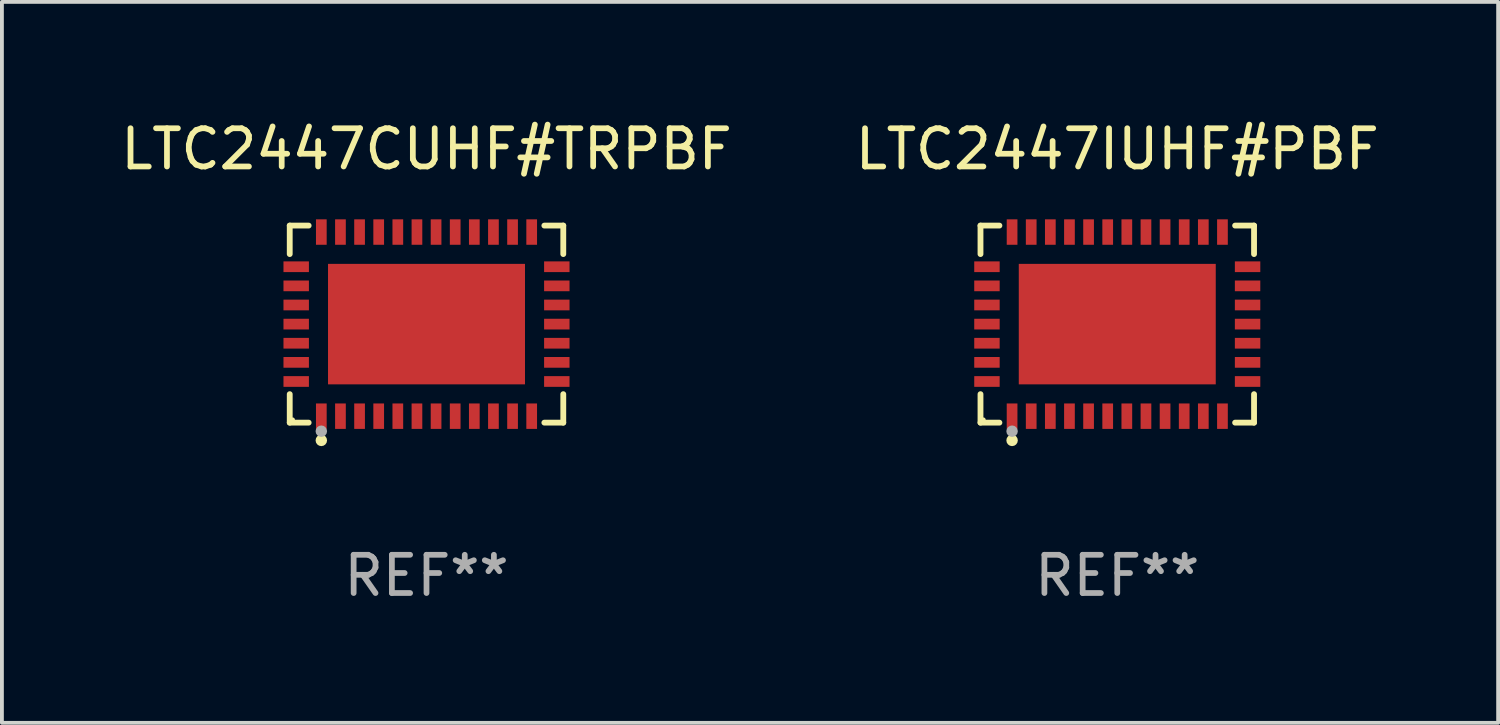
<source format=kicad_pcb>
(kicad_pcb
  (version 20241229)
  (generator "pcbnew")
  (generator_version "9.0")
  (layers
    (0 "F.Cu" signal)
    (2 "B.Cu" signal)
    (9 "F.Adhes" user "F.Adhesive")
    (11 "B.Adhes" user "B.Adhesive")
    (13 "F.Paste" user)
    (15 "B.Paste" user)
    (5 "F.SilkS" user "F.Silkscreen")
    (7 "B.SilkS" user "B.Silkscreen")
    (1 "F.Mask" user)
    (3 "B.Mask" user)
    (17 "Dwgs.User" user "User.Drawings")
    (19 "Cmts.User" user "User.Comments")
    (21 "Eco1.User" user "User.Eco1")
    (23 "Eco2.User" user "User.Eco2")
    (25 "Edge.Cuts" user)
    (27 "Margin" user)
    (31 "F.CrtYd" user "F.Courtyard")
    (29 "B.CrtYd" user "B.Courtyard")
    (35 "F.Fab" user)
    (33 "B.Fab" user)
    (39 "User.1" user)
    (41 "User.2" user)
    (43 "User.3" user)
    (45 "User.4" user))
  (footprint "LTC2447IUHF#PBF"
    (layer "F.Cu")
    (at 26.161 5.424)
    (property "Reference" "LTC2447IUHF#PBF" (at 0 -4.576 0) (layer "F.SilkS") (effects (font (size 1 1) (thickness 0.15))))
    (attr through_hole)
    (fp_line (start -3.576 -2.576) (end -3.081 -2.576) (stroke (width 0.152) (type solid)) (layer "F.SilkS"))
    (fp_line (start -3.576 -1.831) (end -3.576 -2.576) (stroke (width 0.152) (type solid)) (layer "F.SilkS"))
    (fp_line (start -3.576 1.831) (end -3.576 2.576) (stroke (width 0.152) (type solid)) (layer "F.SilkS"))
    (fp_line (start -3.576 2.576) (end -3.081 2.576) (stroke (width 0.152) (type solid)) (layer "F.SilkS"))
    (fp_line (start 3.576 -2.576) (end 3.081 -2.576) (stroke (width 0.152) (type solid)) (layer "F.SilkS"))
    (fp_line (start 3.576 -1.831) (end 3.576 -2.576) (stroke (width 0.152) (type solid)) (layer "F.SilkS"))
    (fp_line (start 3.576 1.831) (end 3.576 2.576) (stroke (width 0.152) (type solid)) (layer "F.SilkS"))
    (fp_line (start 3.576 2.576) (end 3.081 2.576) (stroke (width 0.152) (type solid)) (layer "F.SilkS"))
    (fp_circle (center -3.5 2.5) (end -3.47 2.5) (stroke (width 0.06) (type solid)) (fill no) (layer "F.SilkS"))
    (fp_circle (center -2.75 3.04) (end -2.675 3.04) (stroke (width 0.15) (type solid)) (fill no) (layer "F.SilkS"))
    (fp_circle (center -2.75 2.8) (end -2.675 2.8) (stroke (width 0.15) (type solid)) (fill no) (layer "F.Fab"))
    (fp_text user "REF**" (at 0 6.576 0) (layer "F.Fab") (effects (font (size 1 1) (thickness 0.15))))
    (pad "1" smd rect (at -2.75 2.407) (size 0.28 0.665) (layers "F.Cu" "F.Mask" "F.Paste"))
    (pad "2" smd rect (at -2.25 2.407) (size 0.28 0.665) (layers "F.Cu" "F.Mask" "F.Paste"))
    (pad "3" smd rect (at -1.75 2.407) (size 0.28 0.665) (layers "F.Cu" "F.Mask" "F.Paste"))
    (pad "4" smd rect (at -1.25 2.407) (size 0.28 0.665) (layers "F.Cu" "F.Mask" "F.Paste"))
    (pad "5" smd rect (at -0.75 2.407) (size 0.28 0.665) (layers "F.Cu" "F.Mask" "F.Paste"))
    (pad "6" smd rect (at -0.25 2.407) (size 0.28 0.665) (layers "F.Cu" "F.Mask" "F.Paste"))
    (pad "7" smd rect (at 0.25 2.407) (size 0.28 0.665) (layers "F.Cu" "F.Mask" "F.Paste"))
    (pad "8" smd rect (at 0.75 2.407) (size 0.28 0.665) (layers "F.Cu" "F.Mask" "F.Paste"))
    (pad "9" smd rect (at 1.25 2.407) (size 0.28 0.665) (layers "F.Cu" "F.Mask" "F.Paste"))
    (pad "10" smd rect (at 1.75 2.407) (size 0.28 0.665) (layers "F.Cu" "F.Mask" "F.Paste"))
    (pad "11" smd rect (at 2.25 2.407) (size 0.28 0.665) (layers "F.Cu" "F.Mask" "F.Paste"))
    (pad "12" smd rect (at 2.75 2.407) (size 0.28 0.665) (layers "F.Cu" "F.Mask" "F.Paste"))
    (pad "13" smd rect (at 3.407 1.5) (size 0.665 0.28) (layers "F.Cu" "F.Mask" "F.Paste"))
    (pad "14" smd rect (at 3.407 1) (size 0.665 0.28) (layers "F.Cu" "F.Mask" "F.Paste"))
    (pad "15" smd rect (at 3.407 0.5) (size 0.665 0.28) (layers "F.Cu" "F.Mask" "F.Paste"))
    (pad "16" smd rect (at 3.407 0) (size 0.665 0.28) (layers "F.Cu" "F.Mask" "F.Paste"))
    (pad "17" smd rect (at 3.407 -0.5) (size 0.665 0.28) (layers "F.Cu" "F.Mask" "F.Paste"))
    (pad "18" smd rect (at 3.407 -1) (size 0.665 0.28) (layers "F.Cu" "F.Mask" "F.Paste"))
    (pad "19" smd rect (at 3.407 -1.5) (size 0.665 0.28) (layers "F.Cu" "F.Mask" "F.Paste"))
    (pad "20" smd rect (at 2.75 -2.407) (size 0.28 0.665) (layers "F.Cu" "F.Mask" "F.Paste"))
    (pad "21" smd rect (at 2.25 -2.407) (size 0.28 0.665) (layers "F.Cu" "F.Mask" "F.Paste"))
    (pad "22" smd rect (at 1.75 -2.407) (size 0.28 0.665) (layers "F.Cu" "F.Mask" "F.Paste"))
    (pad "23" smd rect (at 1.25 -2.407) (size 0.28 0.665) (layers "F.Cu" "F.Mask" "F.Paste"))
    (pad "24" smd rect (at 0.75 -2.407) (size 0.28 0.665) (layers "F.Cu" "F.Mask" "F.Paste"))
    (pad "25" smd rect (at 0.25 -2.407) (size 0.28 0.665) (layers "F.Cu" "F.Mask" "F.Paste"))
    (pad "26" smd rect (at -0.25 -2.407) (size 0.28 0.665) (layers "F.Cu" "F.Mask" "F.Paste"))
    (pad "27" smd rect (at -0.75 -2.407) (size 0.28 0.665) (layers "F.Cu" "F.Mask" "F.Paste"))
    (pad "28" smd rect (at -1.25 -2.407) (size 0.28 0.665) (layers "F.Cu" "F.Mask" "F.Paste"))
    (pad "29" smd rect (at -1.75 -2.407) (size 0.28 0.665) (layers "F.Cu" "F.Mask" "F.Paste"))
    (pad "30" smd rect (at -2.25 -2.407) (size 0.28 0.665) (layers "F.Cu" "F.Mask" "F.Paste"))
    (pad "31" smd rect (at -2.75 -2.407) (size 0.28 0.665) (layers "F.Cu" "F.Mask" "F.Paste"))
    (pad "32" smd rect (at -3.407 -1.5) (size 0.665 0.28) (layers "F.Cu" "F.Mask" "F.Paste"))
    (pad "33" smd rect (at -3.407 -1) (size 0.665 0.28) (layers "F.Cu" "F.Mask" "F.Paste"))
    (pad "34" smd rect (at -3.407 -0.5) (size 0.665 0.28) (layers "F.Cu" "F.Mask" "F.Paste"))
    (pad "35" smd rect (at -3.407 0) (size 0.665 0.28) (layers "F.Cu" "F.Mask" "F.Paste"))
    (pad "36" smd rect (at -3.407 0.5) (size 0.665 0.28) (layers "F.Cu" "F.Mask" "F.Paste"))
    (pad "37" smd rect (at -3.407 1) (size 0.665 0.28) (layers "F.Cu" "F.Mask" "F.Paste"))
    (pad "38" smd rect (at -3.407 1.5) (size 0.665 0.28) (layers "F.Cu" "F.Mask" "F.Paste"))
    (pad "39" smd rect (at 0 0) (size 5.15 3.15) (layers "F.Cu" "F.Mask" "F.Paste")))
  (footprint "LTC2447CUHF#TRPBF"
    (layer "F.Cu")
    (at 8.101 5.424)
    (property "Reference" "LTC2447CUHF#TRPBF" (at 0 -4.576 0) (layer "F.SilkS") (effects (font (size 1 1) (thickness 0.15))))
    (attr through_hole)
    (fp_line (start -3.576 -2.576) (end -3.081 -2.576) (stroke (width 0.152) (type solid)) (layer "F.SilkS"))
    (fp_line (start -3.576 -1.831) (end -3.576 -2.576) (stroke (width 0.152) (type solid)) (layer "F.SilkS"))
    (fp_line (start -3.576 1.831) (end -3.576 2.576) (stroke (width 0.152) (type solid)) (layer "F.SilkS"))
    (fp_line (start -3.576 2.576) (end -3.081 2.576) (stroke (width 0.152) (type solid)) (layer "F.SilkS"))
    (fp_line (start 3.576 -2.576) (end 3.081 -2.576) (stroke (width 0.152) (type solid)) (layer "F.SilkS"))
    (fp_line (start 3.576 -1.831) (end 3.576 -2.576) (stroke (width 0.152) (type solid)) (layer "F.SilkS"))
    (fp_line (start 3.576 1.831) (end 3.576 2.576) (stroke (width 0.152) (type solid)) (layer "F.SilkS"))
    (fp_line (start 3.576 2.576) (end 3.081 2.576) (stroke (width 0.152) (type solid)) (layer "F.SilkS"))
    (fp_circle (center -3.5 2.5) (end -3.47 2.5) (stroke (width 0.06) (type solid)) (fill no) (layer "F.SilkS"))
    (fp_circle (center -2.75 3.04) (end -2.675 3.04) (stroke (width 0.15) (type solid)) (fill no) (layer "F.SilkS"))
    (fp_circle (center -2.75 2.8) (end -2.675 2.8) (stroke (width 0.15) (type solid)) (fill no) (layer "F.Fab"))
    (fp_text user "REF**" (at 0 6.576 0) (layer "F.Fab") (effects (font (size 1 1) (thickness 0.15))))
    (pad "1" smd rect (at -2.75 2.407) (size 0.28 0.665) (layers "F.Cu" "F.Mask" "F.Paste"))
    (pad "2" smd rect (at -2.25 2.407) (size 0.28 0.665) (layers "F.Cu" "F.Mask" "F.Paste"))
    (pad "3" smd rect (at -1.75 2.407) (size 0.28 0.665) (layers "F.Cu" "F.Mask" "F.Paste"))
    (pad "4" smd rect (at -1.25 2.407) (size 0.28 0.665) (layers "F.Cu" "F.Mask" "F.Paste"))
    (pad "5" smd rect (at -0.75 2.407) (size 0.28 0.665) (layers "F.Cu" "F.Mask" "F.Paste"))
    (pad "6" smd rect (at -0.25 2.407) (size 0.28 0.665) (layers "F.Cu" "F.Mask" "F.Paste"))
    (pad "7" smd rect (at 0.25 2.407) (size 0.28 0.665) (layers "F.Cu" "F.Mask" "F.Paste"))
    (pad "8" smd rect (at 0.75 2.407) (size 0.28 0.665) (layers "F.Cu" "F.Mask" "F.Paste"))
    (pad "9" smd rect (at 1.25 2.407) (size 0.28 0.665) (layers "F.Cu" "F.Mask" "F.Paste"))
    (pad "10" smd rect (at 1.75 2.407) (size 0.28 0.665) (layers "F.Cu" "F.Mask" "F.Paste"))
    (pad "11" smd rect (at 2.25 2.407) (size 0.28 0.665) (layers "F.Cu" "F.Mask" "F.Paste"))
    (pad "12" smd rect (at 2.75 2.407) (size 0.28 0.665) (layers "F.Cu" "F.Mask" "F.Paste"))
    (pad "13" smd rect (at 3.407 1.5) (size 0.665 0.28) (layers "F.Cu" "F.Mask" "F.Paste"))
    (pad "14" smd rect (at 3.407 1) (size 0.665 0.28) (layers "F.Cu" "F.Mask" "F.Paste"))
    (pad "15" smd rect (at 3.407 0.5) (size 0.665 0.28) (layers "F.Cu" "F.Mask" "F.Paste"))
    (pad "16" smd rect (at 3.407 0) (size 0.665 0.28) (layers "F.Cu" "F.Mask" "F.Paste"))
    (pad "17" smd rect (at 3.407 -0.5) (size 0.665 0.28) (layers "F.Cu" "F.Mask" "F.Paste"))
    (pad "18" smd rect (at 3.407 -1) (size 0.665 0.28) (layers "F.Cu" "F.Mask" "F.Paste"))
    (pad "19" smd rect (at 3.407 -1.5) (size 0.665 0.28) (layers "F.Cu" "F.Mask" "F.Paste"))
    (pad "20" smd rect (at 2.75 -2.407) (size 0.28 0.665) (layers "F.Cu" "F.Mask" "F.Paste"))
    (pad "21" smd rect (at 2.25 -2.407) (size 0.28 0.665) (layers "F.Cu" "F.Mask" "F.Paste"))
    (pad "22" smd rect (at 1.75 -2.407) (size 0.28 0.665) (layers "F.Cu" "F.Mask" "F.Paste"))
    (pad "23" smd rect (at 1.25 -2.407) (size 0.28 0.665) (layers "F.Cu" "F.Mask" "F.Paste"))
    (pad "24" smd rect (at 0.75 -2.407) (size 0.28 0.665) (layers "F.Cu" "F.Mask" "F.Paste"))
    (pad "25" smd rect (at 0.25 -2.407) (size 0.28 0.665) (layers "F.Cu" "F.Mask" "F.Paste"))
    (pad "26" smd rect (at -0.25 -2.407) (size 0.28 0.665) (layers "F.Cu" "F.Mask" "F.Paste"))
    (pad "27" smd rect (at -0.75 -2.407) (size 0.28 0.665) (layers "F.Cu" "F.Mask" "F.Paste"))
    (pad "28" smd rect (at -1.25 -2.407) (size 0.28 0.665) (layers "F.Cu" "F.Mask" "F.Paste"))
    (pad "29" smd rect (at -1.75 -2.407) (size 0.28 0.665) (layers "F.Cu" "F.Mask" "F.Paste"))
    (pad "30" smd rect (at -2.25 -2.407) (size 0.28 0.665) (layers "F.Cu" "F.Mask" "F.Paste"))
    (pad "31" smd rect (at -2.75 -2.407) (size 0.28 0.665) (layers "F.Cu" "F.Mask" "F.Paste"))
    (pad "32" smd rect (at -3.407 -1.5) (size 0.665 0.28) (layers "F.Cu" "F.Mask" "F.Paste"))
    (pad "33" smd rect (at -3.407 -1) (size 0.665 0.28) (layers "F.Cu" "F.Mask" "F.Paste"))
    (pad "34" smd rect (at -3.407 -0.5) (size 0.665 0.28) (layers "F.Cu" "F.Mask" "F.Paste"))
    (pad "35" smd rect (at -3.407 0) (size 0.665 0.28) (layers "F.Cu" "F.Mask" "F.Paste"))
    (pad "36" smd rect (at -3.407 0.5) (size 0.665 0.28) (layers "F.Cu" "F.Mask" "F.Paste"))
    (pad "37" smd rect (at -3.407 1) (size 0.665 0.28) (layers "F.Cu" "F.Mask" "F.Paste"))
    (pad "38" smd rect (at -3.407 1.5) (size 0.665 0.28) (layers "F.Cu" "F.Mask" "F.Paste"))
    (pad "39" smd rect (at 0 0) (size 5.15 3.15) (layers "F.Cu" "F.Mask" "F.Paste")))
  (gr_rect
    (start -3 -3)
    (end 36.119 15.849)
    (stroke (width 0.1) (type default))
    (fill no)
    (layer "Edge.Cuts")))
</source>
